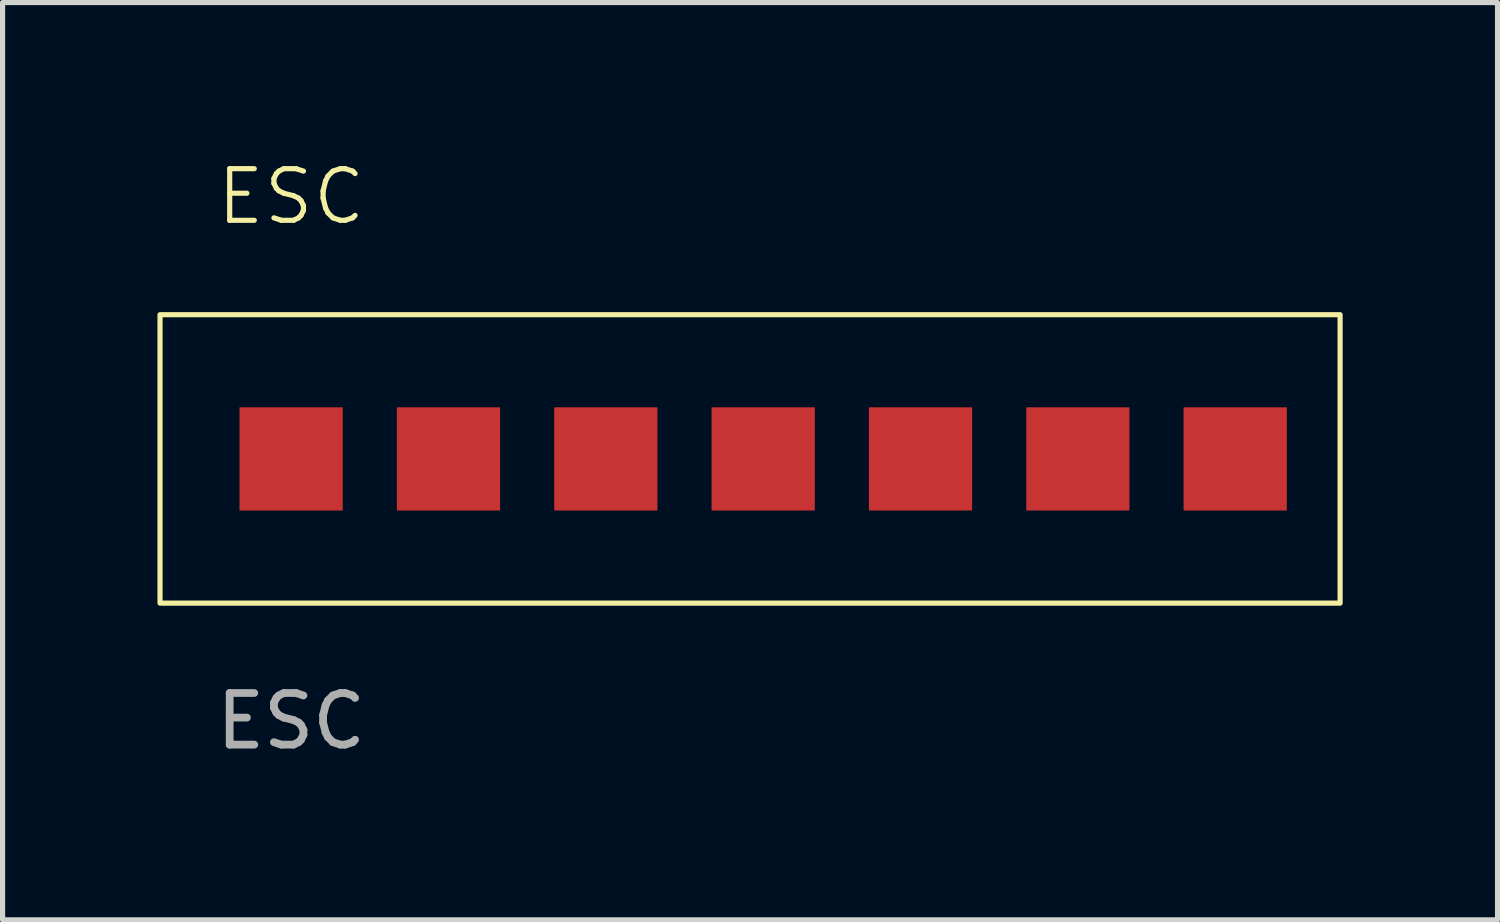
<source format=kicad_pcb>
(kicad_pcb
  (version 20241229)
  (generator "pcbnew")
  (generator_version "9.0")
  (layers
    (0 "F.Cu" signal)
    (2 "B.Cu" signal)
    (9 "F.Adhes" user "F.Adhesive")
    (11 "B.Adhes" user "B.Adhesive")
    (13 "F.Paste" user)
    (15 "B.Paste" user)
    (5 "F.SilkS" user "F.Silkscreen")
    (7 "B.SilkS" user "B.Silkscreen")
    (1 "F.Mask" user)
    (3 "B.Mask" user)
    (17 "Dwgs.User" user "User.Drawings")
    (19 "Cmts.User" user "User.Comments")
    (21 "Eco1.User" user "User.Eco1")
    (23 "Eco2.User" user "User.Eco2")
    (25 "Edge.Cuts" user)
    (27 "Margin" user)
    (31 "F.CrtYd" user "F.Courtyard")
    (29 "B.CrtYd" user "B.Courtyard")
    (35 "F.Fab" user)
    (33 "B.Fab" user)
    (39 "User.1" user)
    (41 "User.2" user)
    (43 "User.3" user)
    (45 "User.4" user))
  (footprint "ESC"
    (layer "F.Cu")
    (at 2.59 5.84)
    (property "Reference" "ESC" (at 0 -5.08 0) (unlocked yes) (layer "F.SilkS") (effects (font (size 1 1) (thickness 0.1))))
    (attr smd)
    (fp_rect (start -2.54 -2.794) (end 20.32 2.794) (stroke (width 0.1) (type default)) (fill no) (layer "F.SilkS"))
    (fp_text user "ESC" (at 0 5.08 0) (unlocked yes) (layer "F.Fab") (effects (font (size 1 1) (thickness 0.15))))
    (pad "1" smd rect (at 0 0) (size 2 2) (layers "F.Cu" "F.Mask"))
    (pad "2" smd rect (at 3.048 0) (size 2 2) (layers "F.Cu" "F.Mask"))
    (pad "3" smd rect (at 6.096 0) (size 2 2) (layers "F.Cu" "F.Mask"))
    (pad "4" smd rect (at 9.144 0) (size 2 2) (layers "F.Cu" "F.Mask"))
    (pad "5" smd rect (at 12.192 0) (size 2 2) (layers "F.Cu" "F.Mask"))
    (pad "6" smd rect (at 15.24 0) (size 2 2) (layers "F.Cu" "F.Mask"))
    (pad "7" smd rect (at 18.288 0) (size 2 2) (layers "F.Cu" "F.Mask")))
  (gr_rect
    (start -3 -3)
    (end 25.96 14.769)
    (stroke (width 0.1) (type default))
    (fill no)
    (layer "Edge.Cuts")))
</source>
